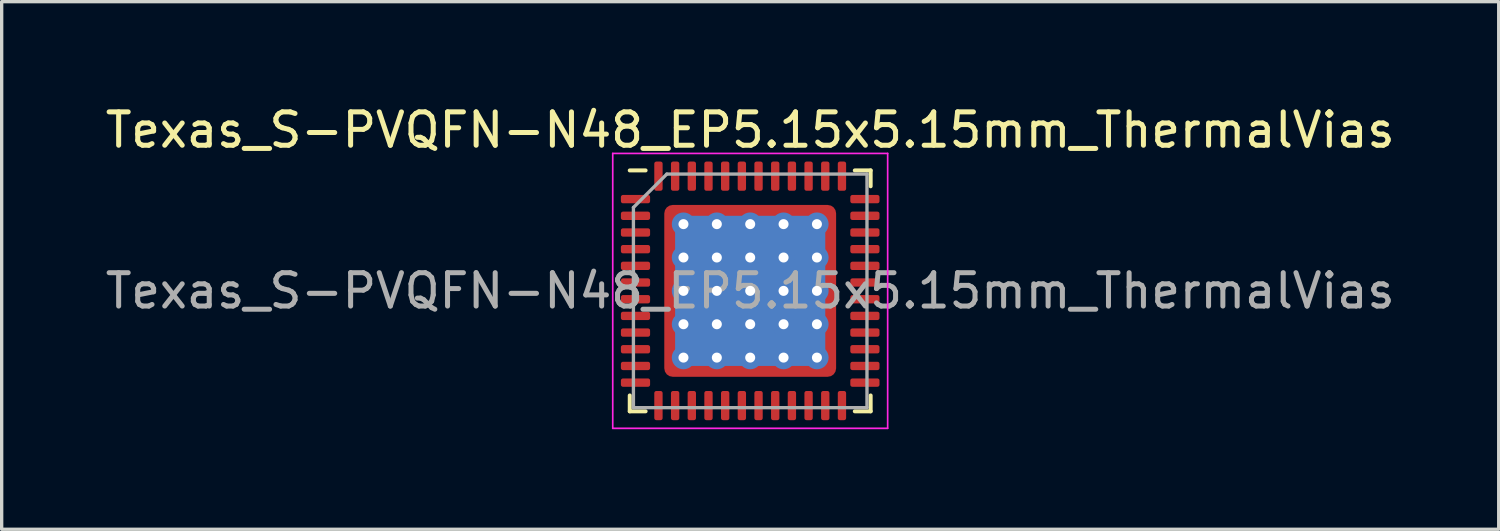
<source format=kicad_pcb>
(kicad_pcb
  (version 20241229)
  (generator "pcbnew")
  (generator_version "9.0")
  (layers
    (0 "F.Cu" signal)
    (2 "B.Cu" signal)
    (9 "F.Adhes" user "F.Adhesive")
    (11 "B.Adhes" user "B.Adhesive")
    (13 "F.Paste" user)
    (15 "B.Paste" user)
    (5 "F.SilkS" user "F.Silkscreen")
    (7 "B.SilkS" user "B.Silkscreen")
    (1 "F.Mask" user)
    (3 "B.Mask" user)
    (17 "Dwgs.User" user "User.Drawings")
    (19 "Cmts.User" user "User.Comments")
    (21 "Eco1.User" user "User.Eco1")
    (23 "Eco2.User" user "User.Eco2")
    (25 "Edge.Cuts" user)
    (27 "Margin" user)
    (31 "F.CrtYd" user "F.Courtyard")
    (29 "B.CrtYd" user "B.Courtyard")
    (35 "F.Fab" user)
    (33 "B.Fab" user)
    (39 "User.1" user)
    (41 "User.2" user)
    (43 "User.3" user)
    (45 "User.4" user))
  (footprint "Texas_S-PVQFN-N48_EP5.15x5.15mm_ThermalVias"
    (layer "F.Cu")
    (at 19.435 5.668)
    (property "Reference" "Texas_S-PVQFN-N48_EP5.15x5.15mm_ThermalVias" (at 0 -4.82 0) (layer "F.SilkS") (effects (font (size 1 1) (thickness 0.15))))
    (attr smd)
    (fp_line (start -3.61 3.61) (end -3.61 3.135) (stroke (width 0.12) (type solid)) (layer "F.SilkS"))
    (fp_line (start -3.135 -3.61) (end -3.61 -3.61) (stroke (width 0.12) (type solid)) (layer "F.SilkS"))
    (fp_line (start -3.135 3.61) (end -3.61 3.61) (stroke (width 0.12) (type solid)) (layer "F.SilkS"))
    (fp_line (start 3.135 -3.61) (end 3.61 -3.61) (stroke (width 0.12) (type solid)) (layer "F.SilkS"))
    (fp_line (start 3.135 3.61) (end 3.61 3.61) (stroke (width 0.12) (type solid)) (layer "F.SilkS"))
    (fp_line (start 3.61 -3.61) (end 3.61 -3.135) (stroke (width 0.12) (type solid)) (layer "F.SilkS"))
    (fp_line (start 3.61 3.61) (end 3.61 3.135) (stroke (width 0.12) (type solid)) (layer "F.SilkS"))
    (fp_line (start -4.12 -4.12) (end -4.12 4.12) (stroke (width 0.05) (type solid)) (layer "F.CrtYd"))
    (fp_line (start -4.12 4.12) (end 4.12 4.12) (stroke (width 0.05) (type solid)) (layer "F.CrtYd"))
    (fp_line (start 4.12 -4.12) (end -4.12 -4.12) (stroke (width 0.05) (type solid)) (layer "F.CrtYd"))
    (fp_line (start 4.12 4.12) (end 4.12 -4.12) (stroke (width 0.05) (type solid)) (layer "F.CrtYd"))
    (fp_line (start -3.5 -2.5) (end -2.5 -3.5) (stroke (width 0.1) (type solid)) (layer "F.Fab"))
    (fp_line (start -3.5 3.5) (end -3.5 -2.5) (stroke (width 0.1) (type solid)) (layer "F.Fab"))
    (fp_line (start -2.5 -3.5) (end 3.5 -3.5) (stroke (width 0.1) (type solid)) (layer "F.Fab"))
    (fp_line (start 3.5 -3.5) (end 3.5 3.5) (stroke (width 0.1) (type solid)) (layer "F.Fab"))
    (fp_line (start 3.5 3.5) (end -3.5 3.5) (stroke (width 0.1) (type solid)) (layer "F.Fab"))
    (fp_text user "${REFERENCE}" (at 0 0 0) (layer "F.Fab") (effects (font (size 1 1) (thickness 0.15))))
    (pad "" smd custom (at -2.288 -2.288) (size 0.342 0.342) (layers "F.Paste") (options (anchor circle)) (primitives (gr_poly (pts (xy -0.116 -0.116) (xy 0.116 -0.116) (xy 0.116 0.012) (xy 0.012 0.116) (xy -0.116 0.116)) (width 0.232) (fill yes))))
    (pad "" smd custom (at -2.288 -1.5) (size 0.371 0.371) (layers "F.Paste") (options (anchor circle)) (primitives (gr_poly (pts (xy -0.14 -0.311) (xy 0.063 -0.311) (xy 0.14 -0.235) (xy 0.14 0.235) (xy 0.063 0.311) (xy -0.14 0.311)) (width 0.184) (fill yes))))
    (pad "" smd custom (at -2.288 -0.5) (size 0.371 0.371) (layers "F.Paste") (options (anchor circle)) (primitives (gr_poly (pts (xy -0.14 -0.311) (xy 0.063 -0.311) (xy 0.14 -0.235) (xy 0.14 0.235) (xy 0.063 0.311) (xy -0.14 0.311)) (width 0.184) (fill yes))))
    (pad "" smd custom (at -2.288 0.5) (size 0.371 0.371) (layers "F.Paste") (options (anchor circle)) (primitives (gr_poly (pts (xy -0.14 -0.311) (xy 0.063 -0.311) (xy 0.14 -0.235) (xy 0.14 0.235) (xy 0.063 0.311) (xy -0.14 0.311)) (width 0.184) (fill yes))))
    (pad "" smd custom (at -2.288 1.5) (size 0.371 0.371) (layers "F.Paste") (options (anchor circle)) (primitives (gr_poly (pts (xy -0.14 -0.311) (xy 0.063 -0.311) (xy 0.14 -0.235) (xy 0.14 0.235) (xy 0.063 0.311) (xy -0.14 0.311)) (width 0.184) (fill yes))))
    (pad "" smd custom (at -2.288 2.288) (size 0.342 0.342) (layers "F.Paste") (options (anchor circle)) (primitives (gr_poly (pts (xy -0.116 -0.116) (xy 0.012 -0.116) (xy 0.116 -0.012) (xy 0.116 0.116) (xy -0.116 0.116)) (width 0.232) (fill yes))))
    (pad "" smd custom (at -1.5 -2.288) (size 0.371 0.371) (layers "F.Paste") (options (anchor circle)) (primitives (gr_poly (pts (xy -0.311 -0.14) (xy 0.311 -0.14) (xy 0.311 0.063) (xy 0.235 0.14) (xy -0.235 0.14) (xy -0.311 0.063)) (width 0.184) (fill yes))))
    (pad "" smd roundrect (at -1.5 -1.5) (size 0.806 0.806) (layers "F.Paste") (roundrect_rratio 0.25))
    (pad "" smd roundrect (at -1.5 -0.5) (size 0.806 0.806) (layers "F.Paste") (roundrect_rratio 0.25))
    (pad "" smd roundrect (at -1.5 0.5) (size 0.806 0.806) (layers "F.Paste") (roundrect_rratio 0.25))
    (pad "" smd roundrect (at -1.5 1.5) (size 0.806 0.806) (layers "F.Paste") (roundrect_rratio 0.25))
    (pad "" smd custom (at -1.5 2.288) (size 0.371 0.371) (layers "F.Paste") (options (anchor circle)) (primitives (gr_poly (pts (xy -0.311 -0.063) (xy -0.235 -0.14) (xy 0.235 -0.14) (xy 0.311 -0.063) (xy 0.311 0.14) (xy -0.311 0.14)) (width 0.184) (fill yes))))
    (pad "" smd custom (at -0.5 -2.288) (size 0.371 0.371) (layers "F.Paste") (options (anchor circle)) (primitives (gr_poly (pts (xy -0.311 -0.14) (xy 0.311 -0.14) (xy 0.311 0.063) (xy 0.235 0.14) (xy -0.235 0.14) (xy -0.311 0.063)) (width 0.184) (fill yes))))
    (pad "" smd roundrect (at -0.5 -1.5) (size 0.806 0.806) (layers "F.Paste") (roundrect_rratio 0.25))
    (pad "" smd roundrect (at -0.5 -0.5) (size 0.806 0.806) (layers "F.Paste") (roundrect_rratio 0.25))
    (pad "" smd roundrect (at -0.5 0.5) (size 0.806 0.806) (layers "F.Paste") (roundrect_rratio 0.25))
    (pad "" smd roundrect (at -0.5 1.5) (size 0.806 0.806) (layers "F.Paste") (roundrect_rratio 0.25))
    (pad "" smd custom (at -0.5 2.288) (size 0.371 0.371) (layers "F.Paste") (options (anchor circle)) (primitives (gr_poly (pts (xy -0.311 -0.063) (xy -0.235 -0.14) (xy 0.235 -0.14) (xy 0.311 -0.063) (xy 0.311 0.14) (xy -0.311 0.14)) (width 0.184) (fill yes))))
    (pad "" smd custom (at 0.5 -2.288) (size 0.371 0.371) (layers "F.Paste") (options (anchor circle)) (primitives (gr_poly (pts (xy -0.311 -0.14) (xy 0.311 -0.14) (xy 0.311 0.063) (xy 0.235 0.14) (xy -0.235 0.14) (xy -0.311 0.063)) (width 0.184) (fill yes))))
    (pad "" smd roundrect (at 0.5 -1.5) (size 0.806 0.806) (layers "F.Paste") (roundrect_rratio 0.25))
    (pad "" smd roundrect (at 0.5 -0.5) (size 0.806 0.806) (layers "F.Paste") (roundrect_rratio 0.25))
    (pad "" smd roundrect (at 0.5 0.5) (size 0.806 0.806) (layers "F.Paste") (roundrect_rratio 0.25))
    (pad "" smd roundrect (at 0.5 1.5) (size 0.806 0.806) (layers "F.Paste") (roundrect_rratio 0.25))
    (pad "" smd custom (at 0.5 2.288) (size 0.371 0.371) (layers "F.Paste") (options (anchor circle)) (primitives (gr_poly (pts (xy -0.311 -0.063) (xy -0.235 -0.14) (xy 0.235 -0.14) (xy 0.311 -0.063) (xy 0.311 0.14) (xy -0.311 0.14)) (width 0.184) (fill yes))))
    (pad "" smd custom (at 1.5 -2.288) (size 0.371 0.371) (layers "F.Paste") (options (anchor circle)) (primitives (gr_poly (pts (xy -0.311 -0.14) (xy 0.311 -0.14) (xy 0.311 0.063) (xy 0.235 0.14) (xy -0.235 0.14) (xy -0.311 0.063)) (width 0.184) (fill yes))))
    (pad "" smd roundrect (at 1.5 -1.5) (size 0.806 0.806) (layers "F.Paste") (roundrect_rratio 0.25))
    (pad "" smd roundrect (at 1.5 -0.5) (size 0.806 0.806) (layers "F.Paste") (roundrect_rratio 0.25))
    (pad "" smd roundrect (at 1.5 0.5) (size 0.806 0.806) (layers "F.Paste") (roundrect_rratio 0.25))
    (pad "" smd roundrect (at 1.5 1.5) (size 0.806 0.806) (layers "F.Paste") (roundrect_rratio 0.25))
    (pad "" smd custom (at 1.5 2.288) (size 0.371 0.371) (layers "F.Paste") (options (anchor circle)) (primitives (gr_poly (pts (xy -0.311 -0.063) (xy -0.235 -0.14) (xy 0.235 -0.14) (xy 0.311 -0.063) (xy 0.311 0.14) (xy -0.311 0.14)) (width 0.184) (fill yes))))
    (pad "" smd custom (at 2.288 -2.288) (size 0.342 0.342) (layers "F.Paste") (options (anchor circle)) (primitives (gr_poly (pts (xy -0.116 -0.116) (xy 0.116 -0.116) (xy 0.116 0.116) (xy -0.012 0.116) (xy -0.116 0.012)) (width 0.232) (fill yes))))
    (pad "" smd custom (at 2.288 -1.5) (size 0.371 0.371) (layers "F.Paste") (options (anchor circle)) (primitives (gr_poly (pts (xy -0.14 -0.235) (xy -0.063 -0.311) (xy 0.14 -0.311) (xy 0.14 0.311) (xy -0.063 0.311) (xy -0.14 0.235)) (width 0.184) (fill yes))))
    (pad "" smd custom (at 2.288 -0.5) (size 0.371 0.371) (layers "F.Paste") (options (anchor circle)) (primitives (gr_poly (pts (xy -0.14 -0.235) (xy -0.063 -0.311) (xy 0.14 -0.311) (xy 0.14 0.311) (xy -0.063 0.311) (xy -0.14 0.235)) (width 0.184) (fill yes))))
    (pad "" smd custom (at 2.288 0.5) (size 0.371 0.371) (layers "F.Paste") (options (anchor circle)) (primitives (gr_poly (pts (xy -0.14 -0.235) (xy -0.063 -0.311) (xy 0.14 -0.311) (xy 0.14 0.311) (xy -0.063 0.311) (xy -0.14 0.235)) (width 0.184) (fill yes))))
    (pad "" smd custom (at 2.288 1.5) (size 0.371 0.371) (layers "F.Paste") (options (anchor circle)) (primitives (gr_poly (pts (xy -0.14 -0.235) (xy -0.063 -0.311) (xy 0.14 -0.311) (xy 0.14 0.311) (xy -0.063 0.311) (xy -0.14 0.235)) (width 0.184) (fill yes))))
    (pad "" smd custom (at 2.288 2.288) (size 0.342 0.342) (layers "F.Paste") (options (anchor circle)) (primitives (gr_poly (pts (xy -0.116 -0.012) (xy -0.012 -0.116) (xy 0.116 -0.116) (xy 0.116 0.116) (xy -0.116 0.116)) (width 0.232) (fill yes))))
    (pad "1" smd roundrect (at -3.438 -2.75) (size 0.875 0.25) (layers "F.Cu" "F.Mask" "F.Paste") (roundrect_rratio 0.25))
    (pad "2" smd roundrect (at -3.438 -2.25) (size 0.875 0.25) (layers "F.Cu" "F.Mask" "F.Paste") (roundrect_rratio 0.25))
    (pad "3" smd roundrect (at -3.438 -1.75) (size 0.875 0.25) (layers "F.Cu" "F.Mask" "F.Paste") (roundrect_rratio 0.25))
    (pad "4" smd roundrect (at -3.438 -1.25) (size 0.875 0.25) (layers "F.Cu" "F.Mask" "F.Paste") (roundrect_rratio 0.25))
    (pad "5" smd roundrect (at -3.438 -0.75) (size 0.875 0.25) (layers "F.Cu" "F.Mask" "F.Paste") (roundrect_rratio 0.25))
    (pad "6" smd roundrect (at -3.438 -0.25) (size 0.875 0.25) (layers "F.Cu" "F.Mask" "F.Paste") (roundrect_rratio 0.25))
    (pad "7" smd roundrect (at -3.438 0.25) (size 0.875 0.25) (layers "F.Cu" "F.Mask" "F.Paste") (roundrect_rratio 0.25))
    (pad "8" smd roundrect (at -3.438 0.75) (size 0.875 0.25) (layers "F.Cu" "F.Mask" "F.Paste") (roundrect_rratio 0.25))
    (pad "9" smd roundrect (at -3.438 1.25) (size 0.875 0.25) (layers "F.Cu" "F.Mask" "F.Paste") (roundrect_rratio 0.25))
    (pad "10" smd roundrect (at -3.438 1.75) (size 0.875 0.25) (layers "F.Cu" "F.Mask" "F.Paste") (roundrect_rratio 0.25))
    (pad "11" smd roundrect (at -3.438 2.25) (size 0.875 0.25) (layers "F.Cu" "F.Mask" "F.Paste") (roundrect_rratio 0.25))
    (pad "12" smd roundrect (at -3.438 2.75) (size 0.875 0.25) (layers "F.Cu" "F.Mask" "F.Paste") (roundrect_rratio 0.25))
    (pad "13" smd roundrect (at -2.75 3.438) (size 0.25 0.875) (layers "F.Cu" "F.Mask" "F.Paste") (roundrect_rratio 0.25))
    (pad "14" smd roundrect (at -2.25 3.438) (size 0.25 0.875) (layers "F.Cu" "F.Mask" "F.Paste") (roundrect_rratio 0.25))
    (pad "15" smd roundrect (at -1.75 3.438) (size 0.25 0.875) (layers "F.Cu" "F.Mask" "F.Paste") (roundrect_rratio 0.25))
    (pad "16" smd roundrect (at -1.25 3.438) (size 0.25 0.875) (layers "F.Cu" "F.Mask" "F.Paste") (roundrect_rratio 0.25))
    (pad "17" smd roundrect (at -0.75 3.438) (size 0.25 0.875) (layers "F.Cu" "F.Mask" "F.Paste") (roundrect_rratio 0.25))
    (pad "18" smd roundrect (at -0.25 3.438) (size 0.25 0.875) (layers "F.Cu" "F.Mask" "F.Paste") (roundrect_rratio 0.25))
    (pad "19" smd roundrect (at 0.25 3.438) (size 0.25 0.875) (layers "F.Cu" "F.Mask" "F.Paste") (roundrect_rratio 0.25))
    (pad "20" smd roundrect (at 0.75 3.438) (size 0.25 0.875) (layers "F.Cu" "F.Mask" "F.Paste") (roundrect_rratio 0.25))
    (pad "21" smd roundrect (at 1.25 3.438) (size 0.25 0.875) (layers "F.Cu" "F.Mask" "F.Paste") (roundrect_rratio 0.25))
    (pad "22" smd roundrect (at 1.75 3.438) (size 0.25 0.875) (layers "F.Cu" "F.Mask" "F.Paste") (roundrect_rratio 0.25))
    (pad "23" smd roundrect (at 2.25 3.438) (size 0.25 0.875) (layers "F.Cu" "F.Mask" "F.Paste") (roundrect_rratio 0.25))
    (pad "24" smd roundrect (at 2.75 3.438) (size 0.25 0.875) (layers "F.Cu" "F.Mask" "F.Paste") (roundrect_rratio 0.25))
    (pad "25" smd roundrect (at 3.438 2.75) (size 0.875 0.25) (layers "F.Cu" "F.Mask" "F.Paste") (roundrect_rratio 0.25))
    (pad "26" smd roundrect (at 3.438 2.25) (size 0.875 0.25) (layers "F.Cu" "F.Mask" "F.Paste") (roundrect_rratio 0.25))
    (pad "27" smd roundrect (at 3.438 1.75) (size 0.875 0.25) (layers "F.Cu" "F.Mask" "F.Paste") (roundrect_rratio 0.25))
    (pad "28" smd roundrect (at 3.438 1.25) (size 0.875 0.25) (layers "F.Cu" "F.Mask" "F.Paste") (roundrect_rratio 0.25))
    (pad "29" smd roundrect (at 3.438 0.75) (size 0.875 0.25) (layers "F.Cu" "F.Mask" "F.Paste") (roundrect_rratio 0.25))
    (pad "30" smd roundrect (at 3.438 0.25) (size 0.875 0.25) (layers "F.Cu" "F.Mask" "F.Paste") (roundrect_rratio 0.25))
    (pad "31" smd roundrect (at 3.438 -0.25) (size 0.875 0.25) (layers "F.Cu" "F.Mask" "F.Paste") (roundrect_rratio 0.25))
    (pad "32" smd roundrect (at 3.438 -0.75) (size 0.875 0.25) (layers "F.Cu" "F.Mask" "F.Paste") (roundrect_rratio 0.25))
    (pad "33" smd roundrect (at 3.438 -1.25) (size 0.875 0.25) (layers "F.Cu" "F.Mask" "F.Paste") (roundrect_rratio 0.25))
    (pad "34" smd roundrect (at 3.438 -1.75) (size 0.875 0.25) (layers "F.Cu" "F.Mask" "F.Paste") (roundrect_rratio 0.25))
    (pad "35" smd roundrect (at 3.438 -2.25) (size 0.875 0.25) (layers "F.Cu" "F.Mask" "F.Paste") (roundrect_rratio 0.25))
    (pad "36" smd roundrect (at 3.438 -2.75) (size 0.875 0.25) (layers "F.Cu" "F.Mask" "F.Paste") (roundrect_rratio 0.25))
    (pad "37" smd roundrect (at 2.75 -3.438) (size 0.25 0.875) (layers "F.Cu" "F.Mask" "F.Paste") (roundrect_rratio 0.25))
    (pad "38" smd roundrect (at 2.25 -3.438) (size 0.25 0.875) (layers "F.Cu" "F.Mask" "F.Paste") (roundrect_rratio 0.25))
    (pad "39" smd roundrect (at 1.75 -3.438) (size 0.25 0.875) (layers "F.Cu" "F.Mask" "F.Paste") (roundrect_rratio 0.25))
    (pad "40" smd roundrect (at 1.25 -3.438) (size 0.25 0.875) (layers "F.Cu" "F.Mask" "F.Paste") (roundrect_rratio 0.25))
    (pad "41" smd roundrect (at 0.75 -3.438) (size 0.25 0.875) (layers "F.Cu" "F.Mask" "F.Paste") (roundrect_rratio 0.25))
    (pad "42" smd roundrect (at 0.25 -3.438) (size 0.25 0.875) (layers "F.Cu" "F.Mask" "F.Paste") (roundrect_rratio 0.25))
    (pad "43" smd roundrect (at -0.25 -3.438) (size 0.25 0.875) (layers "F.Cu" "F.Mask" "F.Paste") (roundrect_rratio 0.25))
    (pad "44" smd roundrect (at -0.75 -3.438) (size 0.25 0.875) (layers "F.Cu" "F.Mask" "F.Paste") (roundrect_rratio 0.25))
    (pad "45" smd roundrect (at -1.25 -3.438) (size 0.25 0.875) (layers "F.Cu" "F.Mask" "F.Paste") (roundrect_rratio 0.25))
    (pad "46" smd roundrect (at -1.75 -3.438) (size 0.25 0.875) (layers "F.Cu" "F.Mask" "F.Paste") (roundrect_rratio 0.25))
    (pad "47" smd roundrect (at -2.25 -3.438) (size 0.25 0.875) (layers "F.Cu" "F.Mask" "F.Paste") (roundrect_rratio 0.25))
    (pad "48" smd roundrect (at -2.75 -3.438) (size 0.25 0.875) (layers "F.Cu" "F.Mask" "F.Paste") (roundrect_rratio 0.25))
    (pad "49" thru_hole circle (at -2 -2) (size 0.7 0.7) (drill 0.3) (layers "*.Cu"))
    (pad "49" thru_hole circle (at -2 -1) (size 0.7 0.7) (drill 0.3) (layers "*.Cu"))
    (pad "49" thru_hole circle (at -2 0) (size 0.7 0.7) (drill 0.3) (layers "*.Cu"))
    (pad "49" thru_hole circle (at -2 1) (size 0.7 0.7) (drill 0.3) (layers "*.Cu"))
    (pad "49" thru_hole circle (at -2 2) (size 0.7 0.7) (drill 0.3) (layers "*.Cu"))
    (pad "49" thru_hole circle (at -1 -2) (size 0.7 0.7) (drill 0.3) (layers "*.Cu"))
    (pad "49" thru_hole circle (at -1 -1) (size 0.7 0.7) (drill 0.3) (layers "*.Cu"))
    (pad "49" thru_hole circle (at -1 0) (size 0.7 0.7) (drill 0.3) (layers "*.Cu"))
    (pad "49" thru_hole circle (at -1 1) (size 0.7 0.7) (drill 0.3) (layers "*.Cu"))
    (pad "49" thru_hole circle (at -1 2) (size 0.7 0.7) (drill 0.3) (layers "*.Cu"))
    (pad "49" thru_hole circle (at 0 -2) (size 0.7 0.7) (drill 0.3) (layers "*.Cu"))
    (pad "49" thru_hole circle (at 0 -1) (size 0.7 0.7) (drill 0.3) (layers "*.Cu"))
    (pad "49" thru_hole circle (at 0 0) (size 0.7 0.7) (drill 0.3) (layers "*.Cu"))
    (pad "49" smd roundrect (at 0 0) (size 4.5 4.5) (layers "B.Cu") (roundrect_rratio 0.056))
    (pad "49" smd roundrect (at 0 0) (size 5.15 5.15) (layers "F.Cu" "F.Mask") (roundrect_rratio 0.049))
    (pad "49" thru_hole circle (at 0 1) (size 0.7 0.7) (drill 0.3) (layers "*.Cu"))
    (pad "49" thru_hole circle (at 0 2) (size 0.7 0.7) (drill 0.3) (layers "*.Cu"))
    (pad "49" thru_hole circle (at 1 -2) (size 0.7 0.7) (drill 0.3) (layers "*.Cu"))
    (pad "49" thru_hole circle (at 1 -1) (size 0.7 0.7) (drill 0.3) (layers "*.Cu"))
    (pad "49" thru_hole circle (at 1 0) (size 0.7 0.7) (drill 0.3) (layers "*.Cu"))
    (pad "49" thru_hole circle (at 1 1) (size 0.7 0.7) (drill 0.3) (layers "*.Cu"))
    (pad "49" thru_hole circle (at 1 2) (size 0.7 0.7) (drill 0.3) (layers "*.Cu"))
    (pad "49" thru_hole circle (at 2 -2) (size 0.7 0.7) (drill 0.3) (layers "*.Cu"))
    (pad "49" thru_hole circle (at 2 -1) (size 0.7 0.7) (drill 0.3) (layers "*.Cu"))
    (pad "49" thru_hole circle (at 2 0) (size 0.7 0.7) (drill 0.3) (layers "*.Cu"))
    (pad "49" thru_hole circle (at 2 1) (size 0.7 0.7) (drill 0.3) (layers "*.Cu"))
    (pad "49" thru_hole circle (at 2 2) (size 0.7 0.7) (drill 0.3) (layers "*.Cu")))
  (gr_rect
    (start -3 -3)
    (end 41.869 12.813)
    (stroke (width 0.1) (type default))
    (fill no)
    (layer "Edge.Cuts")))
</source>
